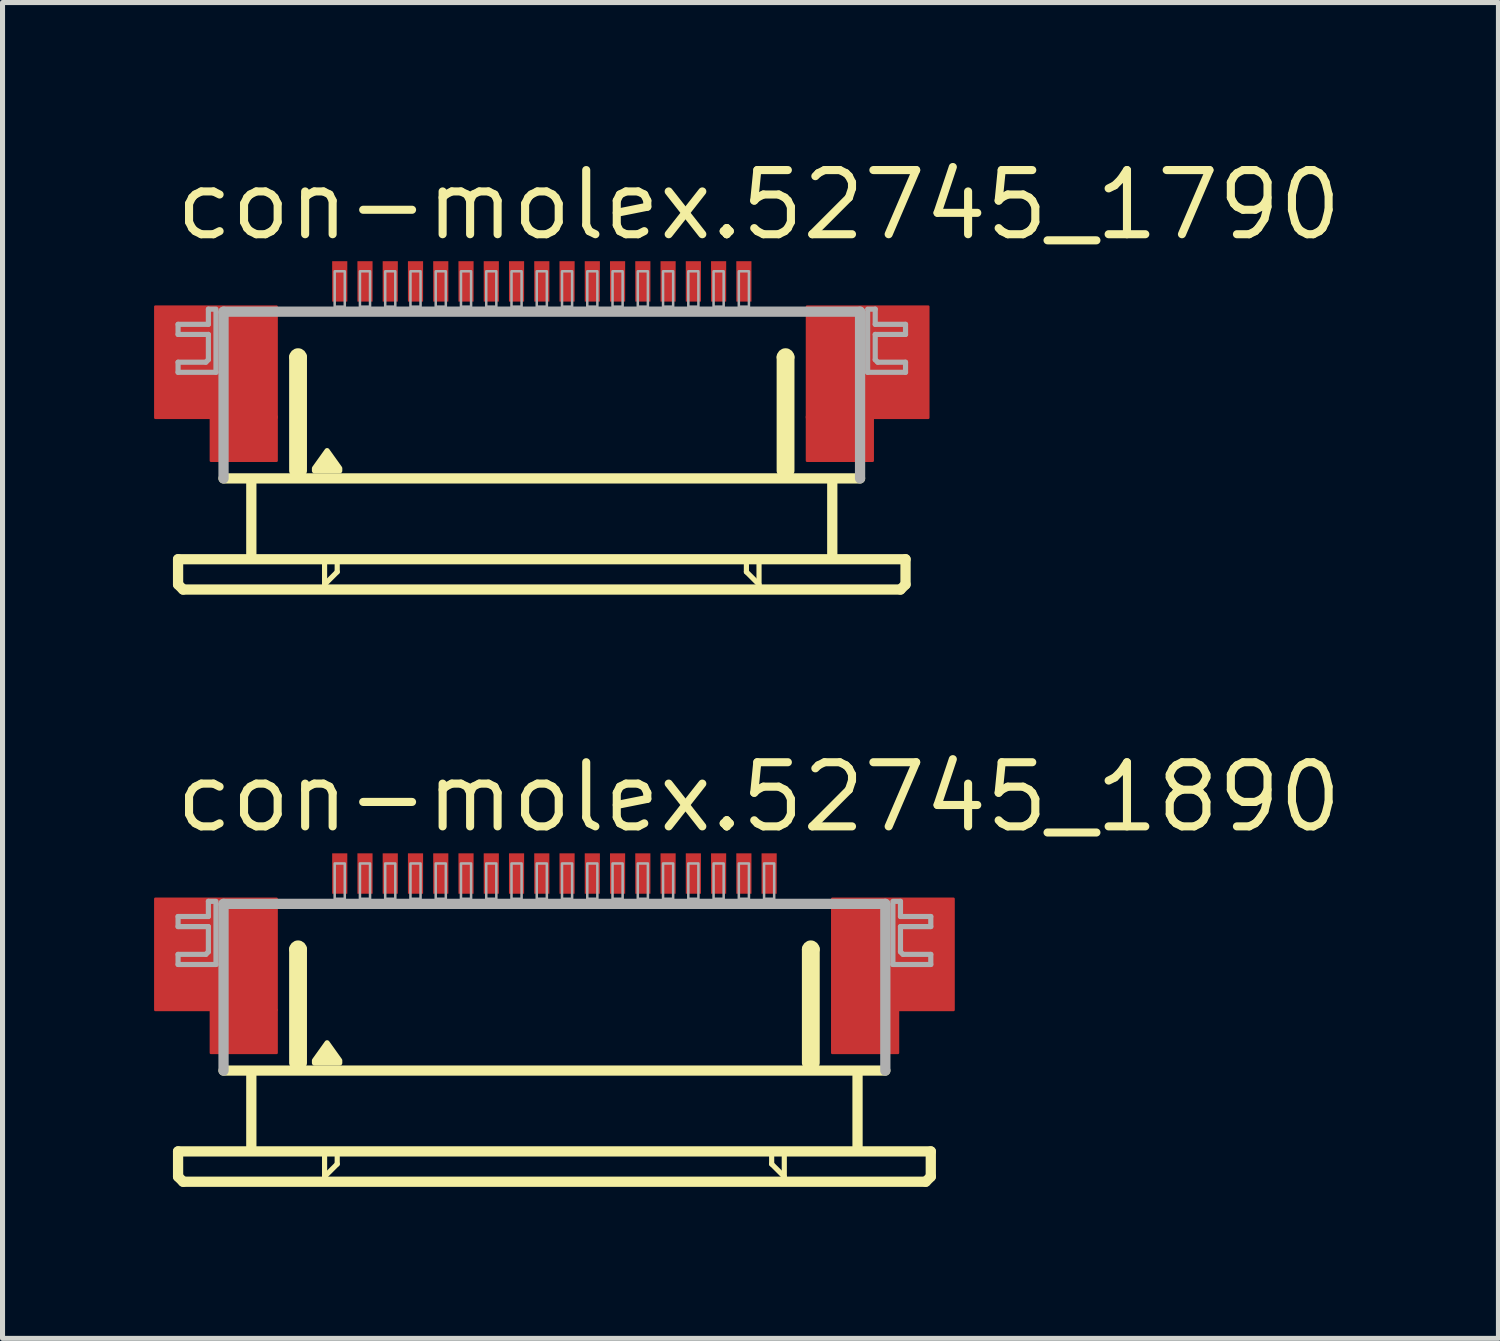
<source format=kicad_pcb>
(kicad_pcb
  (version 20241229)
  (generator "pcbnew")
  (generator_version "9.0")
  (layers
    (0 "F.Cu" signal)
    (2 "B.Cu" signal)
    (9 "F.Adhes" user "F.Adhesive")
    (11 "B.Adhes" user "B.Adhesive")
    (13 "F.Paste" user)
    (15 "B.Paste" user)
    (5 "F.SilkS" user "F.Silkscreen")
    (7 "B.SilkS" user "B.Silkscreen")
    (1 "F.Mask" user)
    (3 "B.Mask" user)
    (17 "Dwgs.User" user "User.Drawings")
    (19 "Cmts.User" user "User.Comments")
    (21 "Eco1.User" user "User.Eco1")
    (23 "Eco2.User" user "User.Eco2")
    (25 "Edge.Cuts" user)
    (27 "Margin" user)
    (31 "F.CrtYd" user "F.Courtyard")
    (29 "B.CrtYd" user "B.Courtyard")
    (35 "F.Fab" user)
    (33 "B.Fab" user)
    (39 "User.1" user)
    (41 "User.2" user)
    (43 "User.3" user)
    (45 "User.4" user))
  (footprint "con-molex.52745_1890"
    (layer "F.Cu")
    (at 7.925 16.742)
    (property "Reference" "con-molex.52745_1890" (at -7.58 -3.27 0) (layer "F.SilkS") (effects (font (size 1.27 1.27) (thickness 0.16)) (justify left bottom)))
    (attr smd)
    (fp_rect (start -7.9 0.2) (end -5.5 -2) (stroke (width 0.05) (type default)) (fill yes) (layer "F.Cu"))
    (fp_rect (start -6.8 1.05) (end -5.5 0.2) (stroke (width 0.05) (type default)) (fill yes) (layer "F.Cu"))
    (fp_rect (start 5.5 0.2) (end 7.9 -2) (stroke (width 0.05) (type default)) (fill yes) (layer "F.Cu"))
    (fp_rect (start 5.5 1.05) (end 6.8 0.2) (stroke (width 0.05) (type default)) (fill yes) (layer "F.Cu"))
    (fp_rect (start -7.9 0.2) (end -6.75 -2) (stroke (width 0.05) (type default)) (fill yes) (layer "F.Mask"))
    (fp_rect (start -6.8 1.05) (end -5.5 -2) (stroke (width 0.05) (type default)) (fill yes) (layer "F.Mask"))
    (fp_rect (start 5.5 1.05) (end 6.8 -2) (stroke (width 0.05) (type default)) (fill yes) (layer "F.Mask"))
    (fp_rect (start 6.75 0.2) (end 7.9 -2) (stroke (width 0.05) (type default)) (fill yes) (layer "F.Mask"))
    (fp_line (start -7.45 3) (end -7.45 3.5) (stroke (width 0.203) (type default)) (layer "F.SilkS"))
    (fp_line (start -7.45 3.5) (end -7.35 3.6) (stroke (width 0.203) (type default)) (layer "F.SilkS"))
    (fp_line (start -7.35 3.6) (end 7.35 3.6) (stroke (width 0.203) (type default)) (layer "F.SilkS"))
    (fp_line (start -6 1.5) (end -6 2.9) (stroke (width 0.203) (type default)) (layer "F.SilkS"))
    (fp_line (start -5.15 1.25) (end -5.15 -1) (stroke (width 0.203) (type default)) (layer "F.SilkS"))
    (fp_line (start -5 -1) (end -5 1.25) (stroke (width 0.203) (type default)) (layer "F.SilkS"))
    (fp_line (start -4.55 3.1) (end -4.55 3.5) (stroke (width 0.102) (type default)) (layer "F.SilkS"))
    (fp_line (start -4.55 3.5) (end -4.3 3.25) (stroke (width 0.102) (type default)) (layer "F.SilkS"))
    (fp_line (start -4.3 3.25) (end -4.3 3.1) (stroke (width 0.102) (type default)) (layer "F.SilkS"))
    (fp_line (start 4.3 3.1) (end 4.3 3.25) (stroke (width 0.102) (type default)) (layer "F.SilkS"))
    (fp_line (start 4.3 3.25) (end 4.55 3.5) (stroke (width 0.102) (type default)) (layer "F.SilkS"))
    (fp_line (start 4.55 3.5) (end 4.55 3.1) (stroke (width 0.102) (type default)) (layer "F.SilkS"))
    (fp_line (start 5 1.25) (end 5 -1) (stroke (width 0.203) (type default)) (layer "F.SilkS"))
    (fp_line (start 5.15 -1) (end 5.15 1.25) (stroke (width 0.203) (type default)) (layer "F.SilkS"))
    (fp_line (start 6 1.5) (end 6 2.9) (stroke (width 0.203) (type default)) (layer "F.SilkS"))
    (fp_line (start 6.55 1.4) (end -6.55 1.4) (stroke (width 0.203) (type default)) (layer "F.SilkS"))
    (fp_line (start 7.35 3.6) (end 7.45 3.5) (stroke (width 0.203) (type default)) (layer "F.SilkS"))
    (fp_line (start 7.45 3) (end -7.45 3) (stroke (width 0.203) (type default)) (layer "F.SilkS"))
    (fp_line (start 7.45 3.5) (end 7.45 3) (stroke (width 0.203) (type default)) (layer "F.SilkS"))
    (fp_arc (start -5.15 -1) (mid -5.075 -1.075) (end -5 -1) (stroke (width 0.2032) (type default)) (layer "F.SilkS"))
    (fp_arc (start 5 -1) (mid 5.075 -1.075) (end 5.15 -1) (stroke (width 0.2032) (type default)) (layer "F.SilkS"))
    (fp_poly (pts (xy -4.75 1.25) (xy -4.75 1.2) (xy -4.5 0.85) (xy -4.25 1.2) (xy -4.25 1.25)) (stroke (width 0.102) (type default)) (fill yes) (layer "F.SilkS"))
    (fp_rect (start -7.7 0.05) (end -5.7 -1.85) (stroke (width 0.05) (type default)) (fill yes) (layer "F.Paste"))
    (fp_rect (start 5.7 0.05) (end 7.7 -1.85) (stroke (width 0.05) (type default)) (fill yes) (layer "F.Paste"))
    (fp_line (start -7.45 -1.65) (end -7.45 -1.45) (stroke (width 0.102) (type default)) (layer "F.Fab"))
    (fp_line (start -7.45 -1.45) (end -6.85 -1.45) (stroke (width 0.102) (type default)) (layer "F.Fab"))
    (fp_line (start -7.45 -0.9) (end -7.45 -0.7) (stroke (width 0.102) (type default)) (layer "F.Fab"))
    (fp_line (start -7.45 -0.7) (end -6.7 -0.7) (stroke (width 0.102) (type default)) (layer "F.Fab"))
    (fp_line (start -6.9 -0.9) (end -7.45 -0.9) (stroke (width 0.102) (type default)) (layer "F.Fab"))
    (fp_line (start -6.85 -1.95) (end -6.85 -1.65) (stroke (width 0.102) (type default)) (layer "F.Fab"))
    (fp_line (start -6.85 -1.65) (end -7.45 -1.65) (stroke (width 0.102) (type default)) (layer "F.Fab"))
    (fp_line (start -6.85 -1.45) (end -6.85 -0.95) (stroke (width 0.102) (type default)) (layer "F.Fab"))
    (fp_line (start -6.85 -0.95) (end -6.9 -0.9) (stroke (width 0.102) (type default)) (layer "F.Fab"))
    (fp_line (start -6.7 -1.95) (end -6.85 -1.95) (stroke (width 0.102) (type default)) (layer "F.Fab"))
    (fp_line (start -6.7 -0.7) (end -6.7 -1.9) (stroke (width 0.102) (type default)) (layer "F.Fab"))
    (fp_line (start -6.55 -1.9) (end 6.55 -1.9) (stroke (width 0.203) (type default)) (layer "F.Fab"))
    (fp_line (start -6.55 1.4) (end -6.55 -1.9) (stroke (width 0.203) (type default)) (layer "F.Fab"))
    (fp_line (start 6.55 -1.9) (end 6.55 1.4) (stroke (width 0.203) (type default)) (layer "F.Fab"))
    (fp_line (start 6.7 -1.95) (end 6.85 -1.95) (stroke (width 0.102) (type default)) (layer "F.Fab"))
    (fp_line (start 6.7 -0.7) (end 6.7 -1.9) (stroke (width 0.102) (type default)) (layer "F.Fab"))
    (fp_line (start 6.85 -1.95) (end 6.85 -1.65) (stroke (width 0.102) (type default)) (layer "F.Fab"))
    (fp_line (start 6.85 -1.65) (end 7.45 -1.65) (stroke (width 0.102) (type default)) (layer "F.Fab"))
    (fp_line (start 6.85 -1.45) (end 6.85 -0.95) (stroke (width 0.102) (type default)) (layer "F.Fab"))
    (fp_line (start 6.85 -0.95) (end 6.9 -0.9) (stroke (width 0.102) (type default)) (layer "F.Fab"))
    (fp_line (start 6.9 -0.9) (end 7.45 -0.9) (stroke (width 0.102) (type default)) (layer "F.Fab"))
    (fp_line (start 7.45 -1.65) (end 7.45 -1.45) (stroke (width 0.102) (type default)) (layer "F.Fab"))
    (fp_line (start 7.45 -1.45) (end 6.85 -1.45) (stroke (width 0.102) (type default)) (layer "F.Fab"))
    (fp_line (start 7.45 -0.9) (end 7.45 -0.7) (stroke (width 0.102) (type default)) (layer "F.Fab"))
    (fp_line (start 7.45 -0.7) (end 6.7 -0.7) (stroke (width 0.102) (type default)) (layer "F.Fab"))
    (fp_rect (start -4.35 -2) (end -4.15 -2.7) (stroke (width 0.05) (type default)) (fill no) (layer "F.Fab"))
    (fp_rect (start -3.85 -2) (end -3.65 -2.7) (stroke (width 0.05) (type default)) (fill no) (layer "F.Fab"))
    (fp_rect (start -3.35 -2) (end -3.15 -2.7) (stroke (width 0.05) (type default)) (fill no) (layer "F.Fab"))
    (fp_rect (start -2.85 -2) (end -2.65 -2.7) (stroke (width 0.05) (type default)) (fill no) (layer "F.Fab"))
    (fp_rect (start -2.35 -2) (end -2.15 -2.7) (stroke (width 0.05) (type default)) (fill no) (layer "F.Fab"))
    (fp_rect (start -1.85 -2) (end -1.65 -2.7) (stroke (width 0.05) (type default)) (fill no) (layer "F.Fab"))
    (fp_rect (start -1.35 -2) (end -1.15 -2.7) (stroke (width 0.05) (type default)) (fill no) (layer "F.Fab"))
    (fp_rect (start -0.85 -2) (end -0.65 -2.7) (stroke (width 0.05) (type default)) (fill no) (layer "F.Fab"))
    (fp_rect (start -0.35 -2) (end -0.15 -2.7) (stroke (width 0.05) (type default)) (fill no) (layer "F.Fab"))
    (fp_rect (start 0.15 -2) (end 0.35 -2.7) (stroke (width 0.05) (type default)) (fill no) (layer "F.Fab"))
    (fp_rect (start 0.65 -2) (end 0.85 -2.7) (stroke (width 0.05) (type default)) (fill no) (layer "F.Fab"))
    (fp_rect (start 1.15 -2) (end 1.35 -2.7) (stroke (width 0.05) (type default)) (fill no) (layer "F.Fab"))
    (fp_rect (start 1.65 -2) (end 1.85 -2.7) (stroke (width 0.05) (type default)) (fill no) (layer "F.Fab"))
    (fp_rect (start 2.15 -2) (end 2.35 -2.7) (stroke (width 0.05) (type default)) (fill no) (layer "F.Fab"))
    (fp_rect (start 2.65 -2) (end 2.85 -2.7) (stroke (width 0.05) (type default)) (fill no) (layer "F.Fab"))
    (fp_rect (start 3.15 -2) (end 3.35 -2.7) (stroke (width 0.05) (type default)) (fill no) (layer "F.Fab"))
    (fp_rect (start 3.65 -2) (end 3.85 -2.7) (stroke (width 0.05) (type default)) (fill no) (layer "F.Fab"))
    (fp_rect (start 4.15 -2) (end 4.35 -2.7) (stroke (width 0.05) (type default)) (fill no) (layer "F.Fab"))
    (pad "1" smd roundrect (at -4.25 -2.5) (size 0.3 0.8) (layers "F.Cu" "F.Mask" "F.Paste") (roundrect_rratio 0.01))
    (pad "2" smd roundrect (at -3.75 -2.5) (size 0.3 0.8) (layers "F.Cu" "F.Mask" "F.Paste") (roundrect_rratio 0.01))
    (pad "3" smd roundrect (at -3.25 -2.5) (size 0.3 0.8) (layers "F.Cu" "F.Mask" "F.Paste") (roundrect_rratio 0.01))
    (pad "4" smd roundrect (at -2.75 -2.5) (size 0.3 0.8) (layers "F.Cu" "F.Mask" "F.Paste") (roundrect_rratio 0.01))
    (pad "5" smd roundrect (at -2.25 -2.5) (size 0.3 0.8) (layers "F.Cu" "F.Mask" "F.Paste") (roundrect_rratio 0.01))
    (pad "6" smd roundrect (at -1.75 -2.5) (size 0.3 0.8) (layers "F.Cu" "F.Mask" "F.Paste") (roundrect_rratio 0.01))
    (pad "7" smd roundrect (at -1.25 -2.5) (size 0.3 0.8) (layers "F.Cu" "F.Mask" "F.Paste") (roundrect_rratio 0.01))
    (pad "8" smd roundrect (at -0.75 -2.5) (size 0.3 0.8) (layers "F.Cu" "F.Mask" "F.Paste") (roundrect_rratio 0.01))
    (pad "9" smd roundrect (at -0.25 -2.5) (size 0.3 0.8) (layers "F.Cu" "F.Mask" "F.Paste") (roundrect_rratio 0.01))
    (pad "10" smd roundrect (at 0.25 -2.5) (size 0.3 0.8) (layers "F.Cu" "F.Mask" "F.Paste") (roundrect_rratio 0.01))
    (pad "11" smd roundrect (at 0.75 -2.5) (size 0.3 0.8) (layers "F.Cu" "F.Mask" "F.Paste") (roundrect_rratio 0.01))
    (pad "12" smd roundrect (at 1.25 -2.5) (size 0.3 0.8) (layers "F.Cu" "F.Mask" "F.Paste") (roundrect_rratio 0.01))
    (pad "13" smd roundrect (at 1.75 -2.5) (size 0.3 0.8) (layers "F.Cu" "F.Mask" "F.Paste") (roundrect_rratio 0.01))
    (pad "14" smd roundrect (at 2.25 -2.5) (size 0.3 0.8) (layers "F.Cu" "F.Mask" "F.Paste") (roundrect_rratio 0.01))
    (pad "15" smd roundrect (at 2.75 -2.5) (size 0.3 0.8) (layers "F.Cu" "F.Mask" "F.Paste") (roundrect_rratio 0.01))
    (pad "16" smd roundrect (at 3.25 -2.5) (size 0.3 0.8) (layers "F.Cu" "F.Mask" "F.Paste") (roundrect_rratio 0.01))
    (pad "17" smd roundrect (at 3.75 -2.5) (size 0.3 0.8) (layers "F.Cu" "F.Mask" "F.Paste") (roundrect_rratio 0.01))
    (pad "18" smd roundrect (at 4.25 -2.5) (size 0.3 0.8) (layers "F.Cu" "F.Mask" "F.Paste") (roundrect_rratio 0.01)))
  (footprint "con-molex.52745_1790"
    (layer "F.Cu")
    (at 7.675 5.02)
    (property "Reference" "con-molex.52745_1790" (at -7.33 -3.27 0) (layer "F.SilkS") (effects (font (size 1.27 1.27) (thickness 0.16)) (justify left bottom)))
    (attr smd)
    (fp_rect (start -7.65 0.2) (end -5.25 -2) (stroke (width 0.05) (type default)) (fill yes) (layer "F.Cu"))
    (fp_rect (start -6.55 1.05) (end -5.25 0.175) (stroke (width 0.05) (type default)) (fill yes) (layer "F.Cu"))
    (fp_rect (start 5.25 0.2) (end 7.65 -2) (stroke (width 0.05) (type default)) (fill yes) (layer "F.Cu"))
    (fp_rect (start 5.25 1.05) (end 6.55 0.175) (stroke (width 0.05) (type default)) (fill yes) (layer "F.Cu"))
    (fp_rect (start -7.65 0.2) (end -6.5 -2) (stroke (width 0.05) (type default)) (fill yes) (layer "F.Mask"))
    (fp_rect (start -6.55 1.05) (end -5.25 -2) (stroke (width 0.05) (type default)) (fill yes) (layer "F.Mask"))
    (fp_rect (start 5.25 1.05) (end 6.55 -2) (stroke (width 0.05) (type default)) (fill yes) (layer "F.Mask"))
    (fp_rect (start 6.5 0.2) (end 7.65 -2) (stroke (width 0.05) (type default)) (fill yes) (layer "F.Mask"))
    (fp_line (start -7.2 3) (end -7.2 3.5) (stroke (width 0.203) (type default)) (layer "F.SilkS"))
    (fp_line (start -7.2 3.5) (end -7.1 3.6) (stroke (width 0.203) (type default)) (layer "F.SilkS"))
    (fp_line (start -7.1 3.6) (end 7.1 3.6) (stroke (width 0.203) (type default)) (layer "F.SilkS"))
    (fp_line (start -5.75 1.5) (end -5.75 2.9) (stroke (width 0.203) (type default)) (layer "F.SilkS"))
    (fp_line (start -4.9 1.25) (end -4.9 -1) (stroke (width 0.203) (type default)) (layer "F.SilkS"))
    (fp_line (start -4.75 -1) (end -4.75 1.25) (stroke (width 0.203) (type default)) (layer "F.SilkS"))
    (fp_line (start -4.3 3.1) (end -4.3 3.5) (stroke (width 0.102) (type default)) (layer "F.SilkS"))
    (fp_line (start -4.3 3.5) (end -4.05 3.25) (stroke (width 0.102) (type default)) (layer "F.SilkS"))
    (fp_line (start -4.05 3.25) (end -4.05 3.1) (stroke (width 0.102) (type default)) (layer "F.SilkS"))
    (fp_line (start 4.05 3.1) (end 4.05 3.25) (stroke (width 0.102) (type default)) (layer "F.SilkS"))
    (fp_line (start 4.05 3.25) (end 4.3 3.5) (stroke (width 0.102) (type default)) (layer "F.SilkS"))
    (fp_line (start 4.3 3.5) (end 4.3 3.1) (stroke (width 0.102) (type default)) (layer "F.SilkS"))
    (fp_line (start 4.75 1.25) (end 4.75 -1) (stroke (width 0.203) (type default)) (layer "F.SilkS"))
    (fp_line (start 4.9 -1) (end 4.9 1.25) (stroke (width 0.203) (type default)) (layer "F.SilkS"))
    (fp_line (start 5.75 1.5) (end 5.75 2.9) (stroke (width 0.203) (type default)) (layer "F.SilkS"))
    (fp_line (start 6.3 1.4) (end -6.3 1.4) (stroke (width 0.203) (type default)) (layer "F.SilkS"))
    (fp_line (start 7.1 3.6) (end 7.2 3.5) (stroke (width 0.203) (type default)) (layer "F.SilkS"))
    (fp_line (start 7.2 3) (end -7.2 3) (stroke (width 0.203) (type default)) (layer "F.SilkS"))
    (fp_line (start 7.2 3.5) (end 7.2 3) (stroke (width 0.203) (type default)) (layer "F.SilkS"))
    (fp_arc (start -4.9 -1) (mid -4.825 -1.075) (end -4.75 -1) (stroke (width 0.2032) (type default)) (layer "F.SilkS"))
    (fp_arc (start 4.75 -1) (mid 4.825 -1.075) (end 4.9 -1) (stroke (width 0.2032) (type default)) (layer "F.SilkS"))
    (fp_poly (pts (xy -4.5 1.25) (xy -4.5 1.2) (xy -4.25 0.85) (xy -4 1.2) (xy -4 1.25)) (stroke (width 0.102) (type default)) (fill yes) (layer "F.SilkS"))
    (fp_rect (start -7.45 0.05) (end -5.45 -1.85) (stroke (width 0.05) (type default)) (fill yes) (layer "F.Paste"))
    (fp_rect (start 5.45 0.05) (end 7.45 -1.85) (stroke (width 0.05) (type default)) (fill yes) (layer "F.Paste"))
    (fp_line (start -7.2 -1.65) (end -7.2 -1.45) (stroke (width 0.102) (type default)) (layer "F.Fab"))
    (fp_line (start -7.2 -1.45) (end -6.6 -1.45) (stroke (width 0.102) (type default)) (layer "F.Fab"))
    (fp_line (start -7.2 -0.9) (end -7.2 -0.7) (stroke (width 0.102) (type default)) (layer "F.Fab"))
    (fp_line (start -7.2 -0.7) (end -6.45 -0.7) (stroke (width 0.102) (type default)) (layer "F.Fab"))
    (fp_line (start -6.65 -0.9) (end -7.2 -0.9) (stroke (width 0.102) (type default)) (layer "F.Fab"))
    (fp_line (start -6.6 -1.95) (end -6.6 -1.65) (stroke (width 0.102) (type default)) (layer "F.Fab"))
    (fp_line (start -6.6 -1.65) (end -7.2 -1.65) (stroke (width 0.102) (type default)) (layer "F.Fab"))
    (fp_line (start -6.6 -1.45) (end -6.6 -0.95) (stroke (width 0.102) (type default)) (layer "F.Fab"))
    (fp_line (start -6.6 -0.95) (end -6.65 -0.9) (stroke (width 0.102) (type default)) (layer "F.Fab"))
    (fp_line (start -6.45 -1.95) (end -6.6 -1.95) (stroke (width 0.102) (type default)) (layer "F.Fab"))
    (fp_line (start -6.45 -0.7) (end -6.45 -1.9) (stroke (width 0.102) (type default)) (layer "F.Fab"))
    (fp_line (start -6.3 -1.9) (end 6.3 -1.9) (stroke (width 0.203) (type default)) (layer "F.Fab"))
    (fp_line (start -6.3 1.4) (end -6.3 -1.9) (stroke (width 0.203) (type default)) (layer "F.Fab"))
    (fp_line (start 6.3 -1.9) (end 6.3 1.4) (stroke (width 0.203) (type default)) (layer "F.Fab"))
    (fp_line (start 6.45 -1.95) (end 6.6 -1.95) (stroke (width 0.102) (type default)) (layer "F.Fab"))
    (fp_line (start 6.45 -0.7) (end 6.45 -1.9) (stroke (width 0.102) (type default)) (layer "F.Fab"))
    (fp_line (start 6.6 -1.95) (end 6.6 -1.65) (stroke (width 0.102) (type default)) (layer "F.Fab"))
    (fp_line (start 6.6 -1.65) (end 7.2 -1.65) (stroke (width 0.102) (type default)) (layer "F.Fab"))
    (fp_line (start 6.6 -1.45) (end 6.6 -0.95) (stroke (width 0.102) (type default)) (layer "F.Fab"))
    (fp_line (start 6.6 -0.95) (end 6.65 -0.9) (stroke (width 0.102) (type default)) (layer "F.Fab"))
    (fp_line (start 6.65 -0.9) (end 7.2 -0.9) (stroke (width 0.102) (type default)) (layer "F.Fab"))
    (fp_line (start 7.2 -1.65) (end 7.2 -1.45) (stroke (width 0.102) (type default)) (layer "F.Fab"))
    (fp_line (start 7.2 -1.45) (end 6.6 -1.45) (stroke (width 0.102) (type default)) (layer "F.Fab"))
    (fp_line (start 7.2 -0.9) (end 7.2 -0.7) (stroke (width 0.102) (type default)) (layer "F.Fab"))
    (fp_line (start 7.2 -0.7) (end 6.45 -0.7) (stroke (width 0.102) (type default)) (layer "F.Fab"))
    (fp_rect (start -4.1 -2) (end -3.9 -2.7) (stroke (width 0.05) (type default)) (fill no) (layer "F.Fab"))
    (fp_rect (start -3.6 -2) (end -3.4 -2.7) (stroke (width 0.05) (type default)) (fill no) (layer "F.Fab"))
    (fp_rect (start -3.1 -2) (end -2.9 -2.7) (stroke (width 0.05) (type default)) (fill no) (layer "F.Fab"))
    (fp_rect (start -2.6 -2) (end -2.4 -2.7) (stroke (width 0.05) (type default)) (fill no) (layer "F.Fab"))
    (fp_rect (start -2.1 -2) (end -1.9 -2.7) (stroke (width 0.05) (type default)) (fill no) (layer "F.Fab"))
    (fp_rect (start -1.6 -2) (end -1.4 -2.7) (stroke (width 0.05) (type default)) (fill no) (layer "F.Fab"))
    (fp_rect (start -1.1 -2) (end -0.9 -2.7) (stroke (width 0.05) (type default)) (fill no) (layer "F.Fab"))
    (fp_rect (start -0.6 -2) (end -0.4 -2.7) (stroke (width 0.05) (type default)) (fill no) (layer "F.Fab"))
    (fp_rect (start -0.1 -2) (end 0.1 -2.7) (stroke (width 0.05) (type default)) (fill no) (layer "F.Fab"))
    (fp_rect (start 0.4 -2) (end 0.6 -2.7) (stroke (width 0.05) (type default)) (fill no) (layer "F.Fab"))
    (fp_rect (start 0.9 -2) (end 1.1 -2.7) (stroke (width 0.05) (type default)) (fill no) (layer "F.Fab"))
    (fp_rect (start 1.4 -2) (end 1.6 -2.7) (stroke (width 0.05) (type default)) (fill no) (layer "F.Fab"))
    (fp_rect (start 1.9 -2) (end 2.1 -2.7) (stroke (width 0.05) (type default)) (fill no) (layer "F.Fab"))
    (fp_rect (start 2.4 -2) (end 2.6 -2.7) (stroke (width 0.05) (type default)) (fill no) (layer "F.Fab"))
    (fp_rect (start 2.9 -2) (end 3.1 -2.7) (stroke (width 0.05) (type default)) (fill no) (layer "F.Fab"))
    (fp_rect (start 3.4 -2) (end 3.6 -2.7) (stroke (width 0.05) (type default)) (fill no) (layer "F.Fab"))
    (fp_rect (start 3.9 -2) (end 4.1 -2.7) (stroke (width 0.05) (type default)) (fill no) (layer "F.Fab"))
    (pad "1" smd roundrect (at -4 -2.5) (size 0.3 0.8) (layers "F.Cu" "F.Mask" "F.Paste") (roundrect_rratio 0.01))
    (pad "2" smd roundrect (at -3.5 -2.5) (size 0.3 0.8) (layers "F.Cu" "F.Mask" "F.Paste") (roundrect_rratio 0.01))
    (pad "3" smd roundrect (at -3 -2.5) (size 0.3 0.8) (layers "F.Cu" "F.Mask" "F.Paste") (roundrect_rratio 0.01))
    (pad "4" smd roundrect (at -2.5 -2.5) (size 0.3 0.8) (layers "F.Cu" "F.Mask" "F.Paste") (roundrect_rratio 0.01))
    (pad "5" smd roundrect (at -2 -2.5) (size 0.3 0.8) (layers "F.Cu" "F.Mask" "F.Paste") (roundrect_rratio 0.01))
    (pad "6" smd roundrect (at -1.5 -2.5) (size 0.3 0.8) (layers "F.Cu" "F.Mask" "F.Paste") (roundrect_rratio 0.01))
    (pad "7" smd roundrect (at -1 -2.5) (size 0.3 0.8) (layers "F.Cu" "F.Mask" "F.Paste") (roundrect_rratio 0.01))
    (pad "8" smd roundrect (at -0.5 -2.5) (size 0.3 0.8) (layers "F.Cu" "F.Mask" "F.Paste") (roundrect_rratio 0.01))
    (pad "9" smd roundrect (at 0 -2.5) (size 0.3 0.8) (layers "F.Cu" "F.Mask" "F.Paste") (roundrect_rratio 0.01))
    (pad "10" smd roundrect (at 0.5 -2.5) (size 0.3 0.8) (layers "F.Cu" "F.Mask" "F.Paste") (roundrect_rratio 0.01))
    (pad "11" smd roundrect (at 1 -2.5) (size 0.3 0.8) (layers "F.Cu" "F.Mask" "F.Paste") (roundrect_rratio 0.01))
    (pad "12" smd roundrect (at 1.5 -2.5) (size 0.3 0.8) (layers "F.Cu" "F.Mask" "F.Paste") (roundrect_rratio 0.01))
    (pad "13" smd roundrect (at 2 -2.5) (size 0.3 0.8) (layers "F.Cu" "F.Mask" "F.Paste") (roundrect_rratio 0.01))
    (pad "14" smd roundrect (at 2.5 -2.5) (size 0.3 0.8) (layers "F.Cu" "F.Mask" "F.Paste") (roundrect_rratio 0.01))
    (pad "15" smd roundrect (at 3 -2.5) (size 0.3 0.8) (layers "F.Cu" "F.Mask" "F.Paste") (roundrect_rratio 0.01))
    (pad "16" smd roundrect (at 3.5 -2.5) (size 0.3 0.8) (layers "F.Cu" "F.Mask" "F.Paste") (roundrect_rratio 0.01))
    (pad "17" smd roundrect (at 4 -2.5) (size 0.3 0.8) (layers "F.Cu" "F.Mask" "F.Paste") (roundrect_rratio 0.01)))
  (gr_rect
    (start -3 -3)
    (end 26.612 23.443)
    (stroke (width 0.1) (type default))
    (fill no)
    (layer "Edge.Cuts")))
</source>
